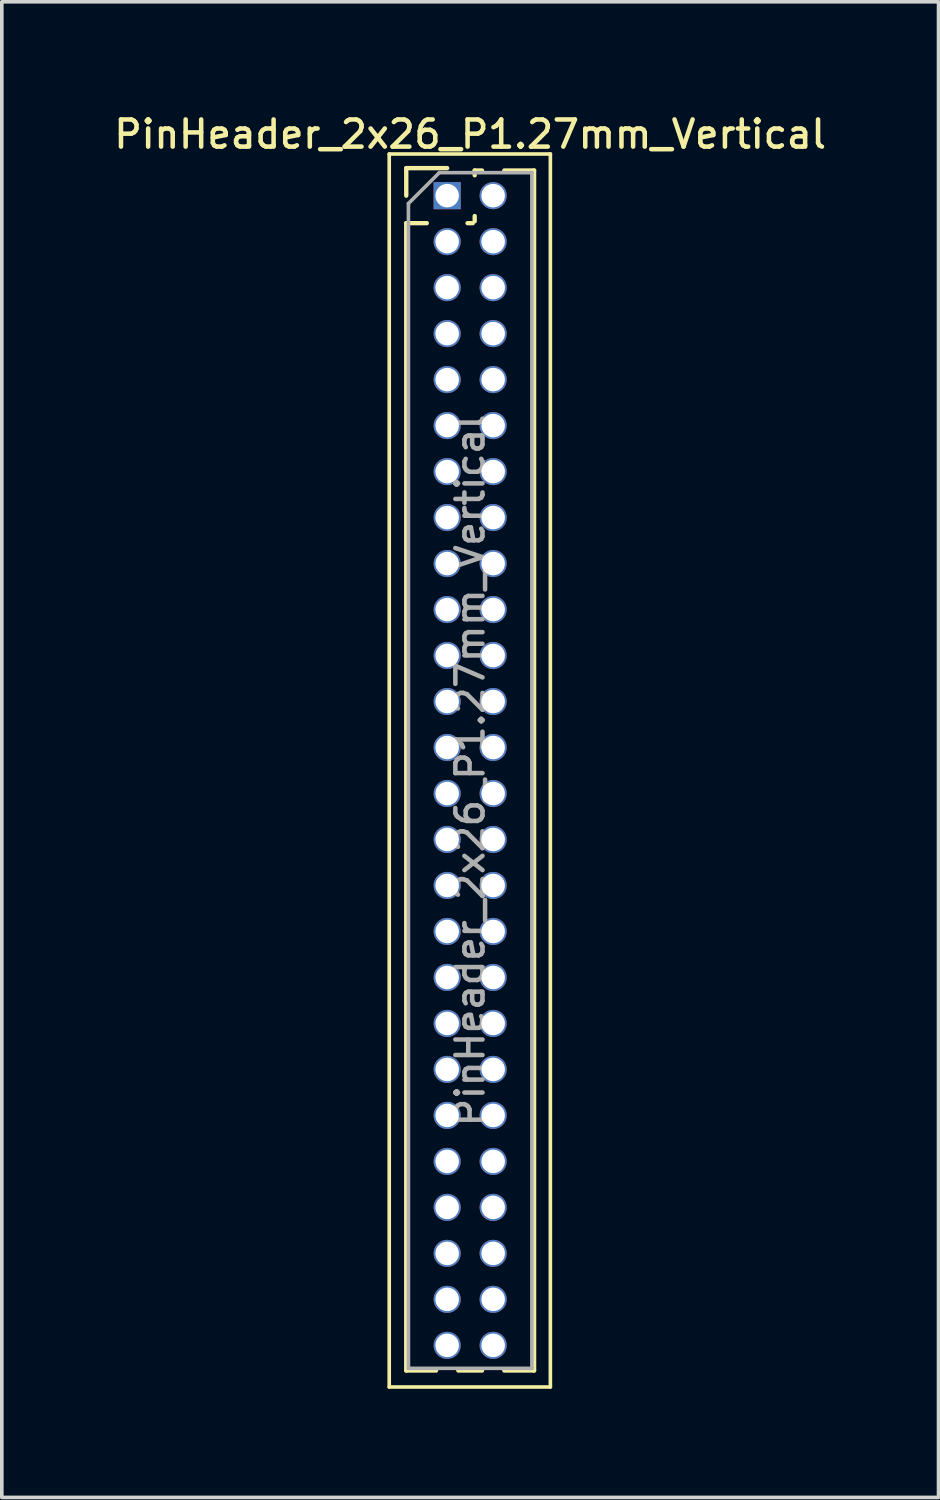
<source format=kicad_pcb>
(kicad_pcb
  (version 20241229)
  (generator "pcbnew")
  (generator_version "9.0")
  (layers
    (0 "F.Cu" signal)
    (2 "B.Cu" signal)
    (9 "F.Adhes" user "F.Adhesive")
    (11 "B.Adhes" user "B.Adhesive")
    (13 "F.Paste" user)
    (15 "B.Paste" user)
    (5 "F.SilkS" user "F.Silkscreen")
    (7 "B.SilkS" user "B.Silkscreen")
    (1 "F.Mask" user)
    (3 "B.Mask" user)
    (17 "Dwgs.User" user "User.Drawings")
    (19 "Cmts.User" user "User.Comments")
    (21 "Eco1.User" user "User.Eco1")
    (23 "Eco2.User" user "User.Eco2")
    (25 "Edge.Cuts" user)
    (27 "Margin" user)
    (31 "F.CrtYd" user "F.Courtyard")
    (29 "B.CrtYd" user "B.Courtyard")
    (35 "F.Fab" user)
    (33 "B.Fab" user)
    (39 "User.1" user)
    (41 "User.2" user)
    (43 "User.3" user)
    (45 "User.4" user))
  (footprint "PinHeader_2x26_P1.27mm_Vertical"
    (layer "F.Cu")
    (at 9.299 2.353)
    (property "Reference" "PinHeader_2x26_P1.27mm_Vertical" (at 0.635 -1.695 0) (layer "F.SilkS") (effects (font (size 0.75 0.75) (thickness 0.125))))
    (attr through_hole)
    (fp_line (start -1.6 -1.15) (end -1.6 32.9) (stroke (width 0.1) (type solid)) (layer "F.SilkS"))
    (fp_line (start -1.6 32.9) (end 2.85 32.9) (stroke (width 0.1) (type solid)) (layer "F.SilkS"))
    (fp_line (start -1.13 -0.76) (end 0 -0.76) (stroke (width 0.12) (type solid)) (layer "F.SilkS"))
    (fp_line (start -1.13 0) (end -1.13 -0.76) (stroke (width 0.12) (type solid)) (layer "F.SilkS"))
    (fp_line (start -1.13 0.76) (end -1.13 32.445) (stroke (width 0.12) (type solid)) (layer "F.SilkS"))
    (fp_line (start -1.13 0.76) (end -0.563 0.76) (stroke (width 0.12) (type solid)) (layer "F.SilkS"))
    (fp_line (start -1.13 32.445) (end -0.308 32.445) (stroke (width 0.12) (type solid)) (layer "F.SilkS"))
    (fp_line (start 0.308 32.445) (end 0.962 32.445) (stroke (width 0.12) (type solid)) (layer "F.SilkS"))
    (fp_line (start 0.563 0.76) (end 0.707 0.76) (stroke (width 0.12) (type solid)) (layer "F.SilkS"))
    (fp_line (start 0.76 -0.695) (end 0.962 -0.695) (stroke (width 0.12) (type solid)) (layer "F.SilkS"))
    (fp_line (start 0.76 -0.563) (end 0.76 -0.695) (stroke (width 0.12) (type solid)) (layer "F.SilkS"))
    (fp_line (start 0.76 0.707) (end 0.76 0.563) (stroke (width 0.12) (type solid)) (layer "F.SilkS"))
    (fp_line (start 1.578 -0.695) (end 2.4 -0.695) (stroke (width 0.12) (type solid)) (layer "F.SilkS"))
    (fp_line (start 1.578 32.445) (end 2.4 32.445) (stroke (width 0.12) (type solid)) (layer "F.SilkS"))
    (fp_line (start 2.4 -0.695) (end 2.4 32.445) (stroke (width 0.12) (type solid)) (layer "F.SilkS"))
    (fp_line (start 2.85 -1.15) (end -1.6 -1.15) (stroke (width 0.1) (type solid)) (layer "F.SilkS"))
    (fp_line (start 2.85 32.9) (end 2.85 -1.15) (stroke (width 0.1) (type solid)) (layer "F.SilkS"))
    (fp_line (start -1.07 0.217) (end -0.217 -0.635) (stroke (width 0.1) (type solid)) (layer "F.Fab"))
    (fp_line (start -1.07 32.385) (end -1.07 0.217) (stroke (width 0.1) (type solid)) (layer "F.Fab"))
    (fp_line (start -0.217 -0.635) (end 2.34 -0.635) (stroke (width 0.1) (type solid)) (layer "F.Fab"))
    (fp_line (start 2.34 -0.635) (end 2.34 32.385) (stroke (width 0.1) (type solid)) (layer "F.Fab"))
    (fp_line (start 2.34 32.385) (end -1.07 32.385) (stroke (width 0.1) (type solid)) (layer "F.Fab"))
    (fp_text user "${REFERENCE}" (at 0.635 15.875 90) (layer "F.Fab") (effects (font (size 0.75 0.75) (thickness 0.125))))
    (pad "1" thru_hole rect (at 0 0) (size 0.75 0.75) (drill 0.65) (layers "*.Cu" "*.Mask"))
    (pad "2" thru_hole oval (at 1.27 0) (size 0.75 0.75) (drill 0.65) (layers "*.Cu" "*.Mask"))
    (pad "3" thru_hole oval (at 0 1.27) (size 0.75 0.75) (drill 0.65) (layers "*.Cu" "*.Mask"))
    (pad "4" thru_hole oval (at 1.27 1.27) (size 0.75 0.75) (drill 0.65) (layers "*.Cu" "*.Mask"))
    (pad "5" thru_hole oval (at 0 2.54) (size 0.75 0.75) (drill 0.65) (layers "*.Cu" "*.Mask"))
    (pad "6" thru_hole oval (at 1.27 2.54) (size 0.75 0.75) (drill 0.65) (layers "*.Cu" "*.Mask"))
    (pad "7" thru_hole oval (at 0 3.81) (size 0.75 0.75) (drill 0.65) (layers "*.Cu" "*.Mask"))
    (pad "8" thru_hole oval (at 1.27 3.81) (size 0.75 0.75) (drill 0.65) (layers "*.Cu" "*.Mask"))
    (pad "9" thru_hole oval (at 0 5.08) (size 0.75 0.75) (drill 0.65) (layers "*.Cu" "*.Mask"))
    (pad "10" thru_hole oval (at 1.27 5.08) (size 0.75 0.75) (drill 0.65) (layers "*.Cu" "*.Mask"))
    (pad "11" thru_hole oval (at 0 6.35) (size 0.75 0.75) (drill 0.65) (layers "*.Cu" "*.Mask"))
    (pad "12" thru_hole oval (at 1.27 6.35) (size 0.75 0.75) (drill 0.65) (layers "*.Cu" "*.Mask"))
    (pad "13" thru_hole oval (at 0 7.62) (size 0.75 0.75) (drill 0.65) (layers "*.Cu" "*.Mask"))
    (pad "14" thru_hole oval (at 1.27 7.62) (size 0.75 0.75) (drill 0.65) (layers "*.Cu" "*.Mask"))
    (pad "15" thru_hole oval (at 0 8.89) (size 0.75 0.75) (drill 0.65) (layers "*.Cu" "*.Mask"))
    (pad "16" thru_hole oval (at 1.27 8.89) (size 0.75 0.75) (drill 0.65) (layers "*.Cu" "*.Mask"))
    (pad "17" thru_hole oval (at 0 10.16) (size 0.75 0.75) (drill 0.65) (layers "*.Cu" "*.Mask"))
    (pad "18" thru_hole oval (at 1.27 10.16) (size 0.75 0.75) (drill 0.65) (layers "*.Cu" "*.Mask"))
    (pad "19" thru_hole oval (at 0 11.43) (size 0.75 0.75) (drill 0.65) (layers "*.Cu" "*.Mask"))
    (pad "20" thru_hole oval (at 1.27 11.43) (size 0.75 0.75) (drill 0.65) (layers "*.Cu" "*.Mask"))
    (pad "21" thru_hole oval (at 0 12.7) (size 0.75 0.75) (drill 0.65) (layers "*.Cu" "*.Mask"))
    (pad "22" thru_hole oval (at 1.27 12.7) (size 0.75 0.75) (drill 0.65) (layers "*.Cu" "*.Mask"))
    (pad "23" thru_hole oval (at 0 13.97) (size 0.75 0.75) (drill 0.65) (layers "*.Cu" "*.Mask"))
    (pad "24" thru_hole oval (at 1.27 13.97) (size 0.75 0.75) (drill 0.65) (layers "*.Cu" "*.Mask"))
    (pad "25" thru_hole oval (at 0 15.24) (size 0.75 0.75) (drill 0.65) (layers "*.Cu" "*.Mask"))
    (pad "26" thru_hole oval (at 1.27 15.24) (size 0.75 0.75) (drill 0.65) (layers "*.Cu" "*.Mask"))
    (pad "27" thru_hole oval (at 0 16.51) (size 0.75 0.75) (drill 0.65) (layers "*.Cu" "*.Mask"))
    (pad "28" thru_hole oval (at 1.27 16.51) (size 0.75 0.75) (drill 0.65) (layers "*.Cu" "*.Mask"))
    (pad "29" thru_hole oval (at 0 17.78) (size 0.75 0.75) (drill 0.65) (layers "*.Cu" "*.Mask"))
    (pad "30" thru_hole oval (at 1.27 17.78) (size 0.75 0.75) (drill 0.65) (layers "*.Cu" "*.Mask"))
    (pad "31" thru_hole oval (at 0 19.05) (size 0.75 0.75) (drill 0.65) (layers "*.Cu" "*.Mask"))
    (pad "32" thru_hole oval (at 1.27 19.05) (size 0.75 0.75) (drill 0.65) (layers "*.Cu" "*.Mask"))
    (pad "33" thru_hole oval (at 0 20.32) (size 0.75 0.75) (drill 0.65) (layers "*.Cu" "*.Mask"))
    (pad "34" thru_hole oval (at 1.27 20.32) (size 0.75 0.75) (drill 0.65) (layers "*.Cu" "*.Mask"))
    (pad "35" thru_hole oval (at 0 21.59) (size 0.75 0.75) (drill 0.65) (layers "*.Cu" "*.Mask"))
    (pad "36" thru_hole oval (at 1.27 21.59) (size 0.75 0.75) (drill 0.65) (layers "*.Cu" "*.Mask"))
    (pad "37" thru_hole oval (at 0 22.86) (size 0.75 0.75) (drill 0.65) (layers "*.Cu" "*.Mask"))
    (pad "38" thru_hole oval (at 1.27 22.86) (size 0.75 0.75) (drill 0.65) (layers "*.Cu" "*.Mask"))
    (pad "39" thru_hole oval (at 0 24.13) (size 0.75 0.75) (drill 0.65) (layers "*.Cu" "*.Mask"))
    (pad "40" thru_hole oval (at 1.27 24.13) (size 0.75 0.75) (drill 0.65) (layers "*.Cu" "*.Mask"))
    (pad "41" thru_hole oval (at 0 25.4) (size 0.75 0.75) (drill 0.65) (layers "*.Cu" "*.Mask"))
    (pad "42" thru_hole oval (at 1.27 25.4) (size 0.75 0.75) (drill 0.65) (layers "*.Cu" "*.Mask"))
    (pad "43" thru_hole oval (at 0 26.67) (size 0.75 0.75) (drill 0.65) (layers "*.Cu" "*.Mask"))
    (pad "44" thru_hole oval (at 1.27 26.67) (size 0.75 0.75) (drill 0.65) (layers "*.Cu" "*.Mask"))
    (pad "45" thru_hole oval (at 0 27.94) (size 0.75 0.75) (drill 0.65) (layers "*.Cu" "*.Mask"))
    (pad "46" thru_hole oval (at 1.27 27.94) (size 0.75 0.75) (drill 0.65) (layers "*.Cu" "*.Mask"))
    (pad "47" thru_hole oval (at 0 29.21) (size 0.75 0.75) (drill 0.65) (layers "*.Cu" "*.Mask"))
    (pad "48" thru_hole oval (at 1.27 29.21) (size 0.75 0.75) (drill 0.65) (layers "*.Cu" "*.Mask"))
    (pad "49" thru_hole oval (at 0 30.48) (size 0.75 0.75) (drill 0.65) (layers "*.Cu" "*.Mask"))
    (pad "50" thru_hole oval (at 1.27 30.48) (size 0.75 0.75) (drill 0.65) (layers "*.Cu" "*.Mask"))
    (pad "51" thru_hole oval (at 0 31.75) (size 0.75 0.75) (drill 0.65) (layers "*.Cu" "*.Mask"))
    (pad "52" thru_hole oval (at 1.27 31.75) (size 0.75 0.75) (drill 0.65) (layers "*.Cu" "*.Mask")))
  (gr_rect
    (start -3 -3)
    (end 22.868 38.303)
    (stroke (width 0.1) (type default))
    (fill no)
    (layer "Edge.Cuts")))
</source>
